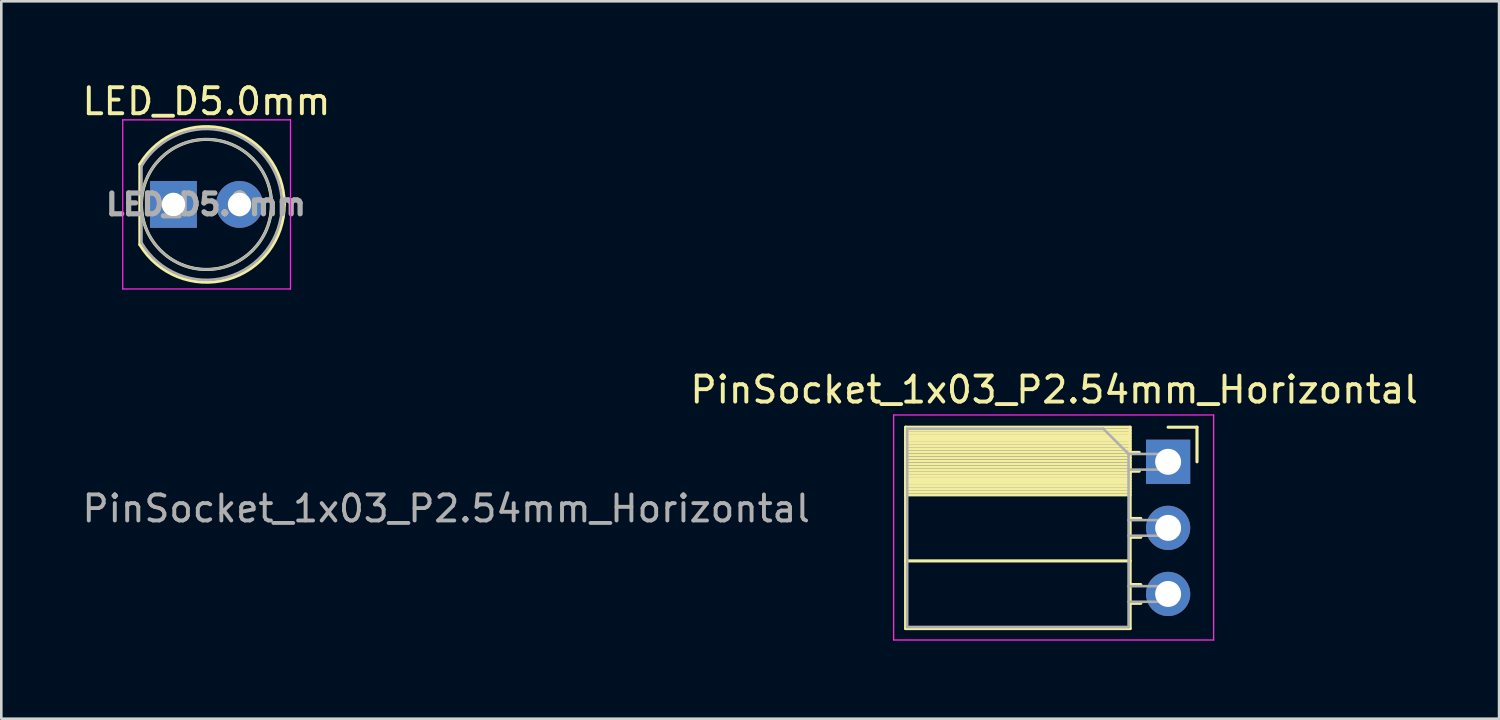
<source format=kicad_pcb>
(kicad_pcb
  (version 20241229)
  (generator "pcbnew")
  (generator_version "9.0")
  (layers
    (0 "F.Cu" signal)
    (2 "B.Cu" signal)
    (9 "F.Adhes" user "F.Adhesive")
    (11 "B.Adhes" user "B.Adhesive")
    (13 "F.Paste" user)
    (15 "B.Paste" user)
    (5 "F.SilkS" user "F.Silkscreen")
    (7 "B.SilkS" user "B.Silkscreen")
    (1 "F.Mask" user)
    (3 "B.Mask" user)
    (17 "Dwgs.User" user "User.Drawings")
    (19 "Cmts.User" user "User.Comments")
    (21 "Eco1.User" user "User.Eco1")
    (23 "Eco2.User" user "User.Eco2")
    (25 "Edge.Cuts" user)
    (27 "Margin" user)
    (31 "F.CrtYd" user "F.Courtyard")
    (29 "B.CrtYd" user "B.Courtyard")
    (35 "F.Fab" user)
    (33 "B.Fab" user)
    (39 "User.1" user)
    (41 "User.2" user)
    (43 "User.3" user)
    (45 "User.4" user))
  (footprint "LED_D5.0mm"
    (layer "F.Cu")
    (at 3.617 4.808)
    (property "Reference" "LED_D5.0mm" (at 1.27 -3.96 0) (layer "F.SilkS") (effects (font (size 1 1) (thickness 0.15))))
    (attr through_hole)
    (fp_line (start -1.29 -1.545) (end -1.29 1.545) (stroke (width 0.12) (type solid)) (layer "F.SilkS"))
    (fp_arc (start -1.29 -1.54483) (mid 2.072002 -2.880433) (end 4.26 0.000462) (stroke (width 0.12) (type solid)) (layer "F.SilkS"))
    (fp_arc (start 4.26 -0.000462) (mid 2.072002 2.880433) (end -1.29 1.54483) (stroke (width 0.12) (type solid)) (layer "F.SilkS"))
    (fp_circle (center 1.27 0) (end 3.77 0) (stroke (width 0.12) (type solid)) (fill no) (layer "F.SilkS"))
    (fp_line (start -1.95 -3.25) (end -1.95 3.25) (stroke (width 0.05) (type solid)) (layer "F.CrtYd"))
    (fp_line (start -1.95 3.25) (end 4.5 3.25) (stroke (width 0.05) (type solid)) (layer "F.CrtYd"))
    (fp_line (start 4.5 -3.25) (end -1.95 -3.25) (stroke (width 0.05) (type solid)) (layer "F.CrtYd"))
    (fp_line (start 4.5 3.25) (end 4.5 -3.25) (stroke (width 0.05) (type solid)) (layer "F.CrtYd"))
    (fp_line (start -1.23 -1.47) (end -1.23 1.47) (stroke (width 0.1) (type solid)) (layer "F.Fab"))
    (fp_arc (start -1.23 -1.469694) (mid 4.17 0.000016) (end -1.230016 1.469666) (stroke (width 0.1) (type solid)) (layer "F.Fab"))
    (fp_circle (center 1.27 0) (end 3.77 0) (stroke (width 0.1) (type solid)) (fill no) (layer "F.Fab"))
    (fp_text user "${REFERENCE}" (at 1.25 0 0) (layer "F.Fab") (effects (font (size 0.8 0.8) (thickness 0.2))))
    (pad "1" thru_hole rect (at 0 0) (size 1.8 1.8) (drill 0.9) (layers "*.Cu" "*.Mask"))
    (pad "2" thru_hole circle (at 2.54 0) (size 1.8 1.8) (drill 0.9) (layers "*.Cu" "*.Mask")))
  (footprint "PinSocket_1x03_P2.54mm_Horizontal"
    (layer "F.Cu")
    (at 41.851 14.701)
    (property "Reference" "PinSocket_1x03_P2.54mm_Horizontal" (at -4.38 -2.77 0) (layer "F.SilkS") (effects (font (size 1 1) (thickness 0.15))))
    (attr through_hole)
    (fp_line (start -10.09 -1.33) (end -10.09 6.41) (stroke (width 0.12) (type solid)) (layer "F.SilkS"))
    (fp_line (start -10.09 -1.33) (end -1.46 -1.33) (stroke (width 0.12) (type solid)) (layer "F.SilkS"))
    (fp_line (start -10.09 -1.21) (end -1.46 -1.21) (stroke (width 0.12) (type solid)) (layer "F.SilkS"))
    (fp_line (start -10.09 -1.092) (end -1.46 -1.092) (stroke (width 0.12) (type solid)) (layer "F.SilkS"))
    (fp_line (start -10.09 -0.974) (end -1.46 -0.974) (stroke (width 0.12) (type solid)) (layer "F.SilkS"))
    (fp_line (start -10.09 -0.856) (end -1.46 -0.856) (stroke (width 0.12) (type solid)) (layer "F.SilkS"))
    (fp_line (start -10.09 -0.738) (end -1.46 -0.738) (stroke (width 0.12) (type solid)) (layer "F.SilkS"))
    (fp_line (start -10.09 -0.62) (end -1.46 -0.62) (stroke (width 0.12) (type solid)) (layer "F.SilkS"))
    (fp_line (start -10.09 -0.501) (end -1.46 -0.501) (stroke (width 0.12) (type solid)) (layer "F.SilkS"))
    (fp_line (start -10.09 -0.383) (end -1.46 -0.383) (stroke (width 0.12) (type solid)) (layer "F.SilkS"))
    (fp_line (start -10.09 -0.265) (end -1.46 -0.265) (stroke (width 0.12) (type solid)) (layer "F.SilkS"))
    (fp_line (start -10.09 -0.147) (end -1.46 -0.147) (stroke (width 0.12) (type solid)) (layer "F.SilkS"))
    (fp_line (start -10.09 -0.029) (end -1.46 -0.029) (stroke (width 0.12) (type solid)) (layer "F.SilkS"))
    (fp_line (start -10.09 0.089) (end -1.46 0.089) (stroke (width 0.12) (type solid)) (layer "F.SilkS"))
    (fp_line (start -10.09 0.207) (end -1.46 0.207) (stroke (width 0.12) (type solid)) (layer "F.SilkS"))
    (fp_line (start -10.09 0.325) (end -1.46 0.325) (stroke (width 0.12) (type solid)) (layer "F.SilkS"))
    (fp_line (start -10.09 0.443) (end -1.46 0.443) (stroke (width 0.12) (type solid)) (layer "F.SilkS"))
    (fp_line (start -10.09 0.561) (end -1.46 0.561) (stroke (width 0.12) (type solid)) (layer "F.SilkS"))
    (fp_line (start -10.09 0.68) (end -1.46 0.68) (stroke (width 0.12) (type solid)) (layer "F.SilkS"))
    (fp_line (start -10.09 0.798) (end -1.46 0.798) (stroke (width 0.12) (type solid)) (layer "F.SilkS"))
    (fp_line (start -10.09 0.916) (end -1.46 0.916) (stroke (width 0.12) (type solid)) (layer "F.SilkS"))
    (fp_line (start -10.09 1.034) (end -1.46 1.034) (stroke (width 0.12) (type solid)) (layer "F.SilkS"))
    (fp_line (start -10.09 1.152) (end -1.46 1.152) (stroke (width 0.12) (type solid)) (layer "F.SilkS"))
    (fp_line (start -10.09 1.27) (end -1.46 1.27) (stroke (width 0.12) (type solid)) (layer "F.SilkS"))
    (fp_line (start -10.09 3.81) (end -1.46 3.81) (stroke (width 0.12) (type solid)) (layer "F.SilkS"))
    (fp_line (start -10.09 6.41) (end -1.46 6.41) (stroke (width 0.12) (type solid)) (layer "F.SilkS"))
    (fp_line (start -1.46 -1.33) (end -1.46 6.41) (stroke (width 0.12) (type solid)) (layer "F.SilkS"))
    (fp_line (start -1.46 -0.36) (end -1.11 -0.36) (stroke (width 0.12) (type solid)) (layer "F.SilkS"))
    (fp_line (start -1.46 0.36) (end -1.11 0.36) (stroke (width 0.12) (type solid)) (layer "F.SilkS"))
    (fp_line (start -1.46 2.18) (end -1.05 2.18) (stroke (width 0.12) (type solid)) (layer "F.SilkS"))
    (fp_line (start -1.46 2.9) (end -1.05 2.9) (stroke (width 0.12) (type solid)) (layer "F.SilkS"))
    (fp_line (start -1.46 4.72) (end -1.05 4.72) (stroke (width 0.12) (type solid)) (layer "F.SilkS"))
    (fp_line (start -1.46 5.44) (end -1.05 5.44) (stroke (width 0.12) (type solid)) (layer "F.SilkS"))
    (fp_line (start 0 -1.33) (end 1.11 -1.33) (stroke (width 0.12) (type solid)) (layer "F.SilkS"))
    (fp_line (start 1.11 -1.33) (end 1.11 0) (stroke (width 0.12) (type solid)) (layer "F.SilkS"))
    (fp_line (start -10.55 -1.8) (end -10.55 6.85) (stroke (width 0.05) (type solid)) (layer "F.CrtYd"))
    (fp_line (start -10.55 6.85) (end 1.75 6.85) (stroke (width 0.05) (type solid)) (layer "F.CrtYd"))
    (fp_line (start 1.75 -1.8) (end -10.55 -1.8) (stroke (width 0.05) (type solid)) (layer "F.CrtYd"))
    (fp_line (start 1.75 6.85) (end 1.75 -1.8) (stroke (width 0.05) (type solid)) (layer "F.CrtYd"))
    (fp_line (start -10.03 -1.27) (end -2.49 -1.27) (stroke (width 0.1) (type solid)) (layer "F.Fab"))
    (fp_line (start -10.03 6.35) (end -10.03 -1.27) (stroke (width 0.1) (type solid)) (layer "F.Fab"))
    (fp_line (start -2.49 -1.27) (end -1.52 -0.3) (stroke (width 0.1) (type solid)) (layer "F.Fab"))
    (fp_line (start -1.52 -0.3) (end -1.52 6.35) (stroke (width 0.1) (type solid)) (layer "F.Fab"))
    (fp_line (start -1.52 0.3) (end 0 0.3) (stroke (width 0.1) (type solid)) (layer "F.Fab"))
    (fp_line (start -1.52 2.84) (end 0 2.84) (stroke (width 0.1) (type solid)) (layer "F.Fab"))
    (fp_line (start -1.52 5.38) (end 0 5.38) (stroke (width 0.1) (type solid)) (layer "F.Fab"))
    (fp_line (start -1.52 6.35) (end -10.03 6.35) (stroke (width 0.1) (type solid)) (layer "F.Fab"))
    (fp_line (start 0 -0.3) (end -1.52 -0.3) (stroke (width 0.1) (type solid)) (layer "F.Fab"))
    (fp_line (start 0 0.3) (end 0 -0.3) (stroke (width 0.1) (type solid)) (layer "F.Fab"))
    (fp_line (start 0 2.24) (end -1.52 2.24) (stroke (width 0.1) (type solid)) (layer "F.Fab"))
    (fp_line (start 0 2.84) (end 0 2.24) (stroke (width 0.1) (type solid)) (layer "F.Fab"))
    (fp_line (start 0 4.78) (end -1.52 4.78) (stroke (width 0.1) (type solid)) (layer "F.Fab"))
    (fp_line (start 0 5.38) (end 0 4.78) (stroke (width 0.1) (type solid)) (layer "F.Fab"))
    (fp_text user "${REFERENCE}" (at -27.75 1.8 0) (layer "F.Fab") (effects (font (size 1 1) (thickness 0.15))))
    (pad "1" thru_hole rect (at 0 0) (size 1.7 1.7) (drill 1) (layers "*.Cu" "*.Mask"))
    (pad "2" thru_hole oval (at 0 2.54) (size 1.7 1.7) (drill 1) (layers "*.Cu" "*.Mask"))
    (pad "3" thru_hole oval (at 0 5.08) (size 1.7 1.7) (drill 1) (layers "*.Cu" "*.Mask")))
  (gr_rect
    (start -3 -3)
    (end 54.572 24.576)
    (stroke (width 0.1) (type default))
    (fill no)
    (layer "Edge.Cuts")))
</source>
